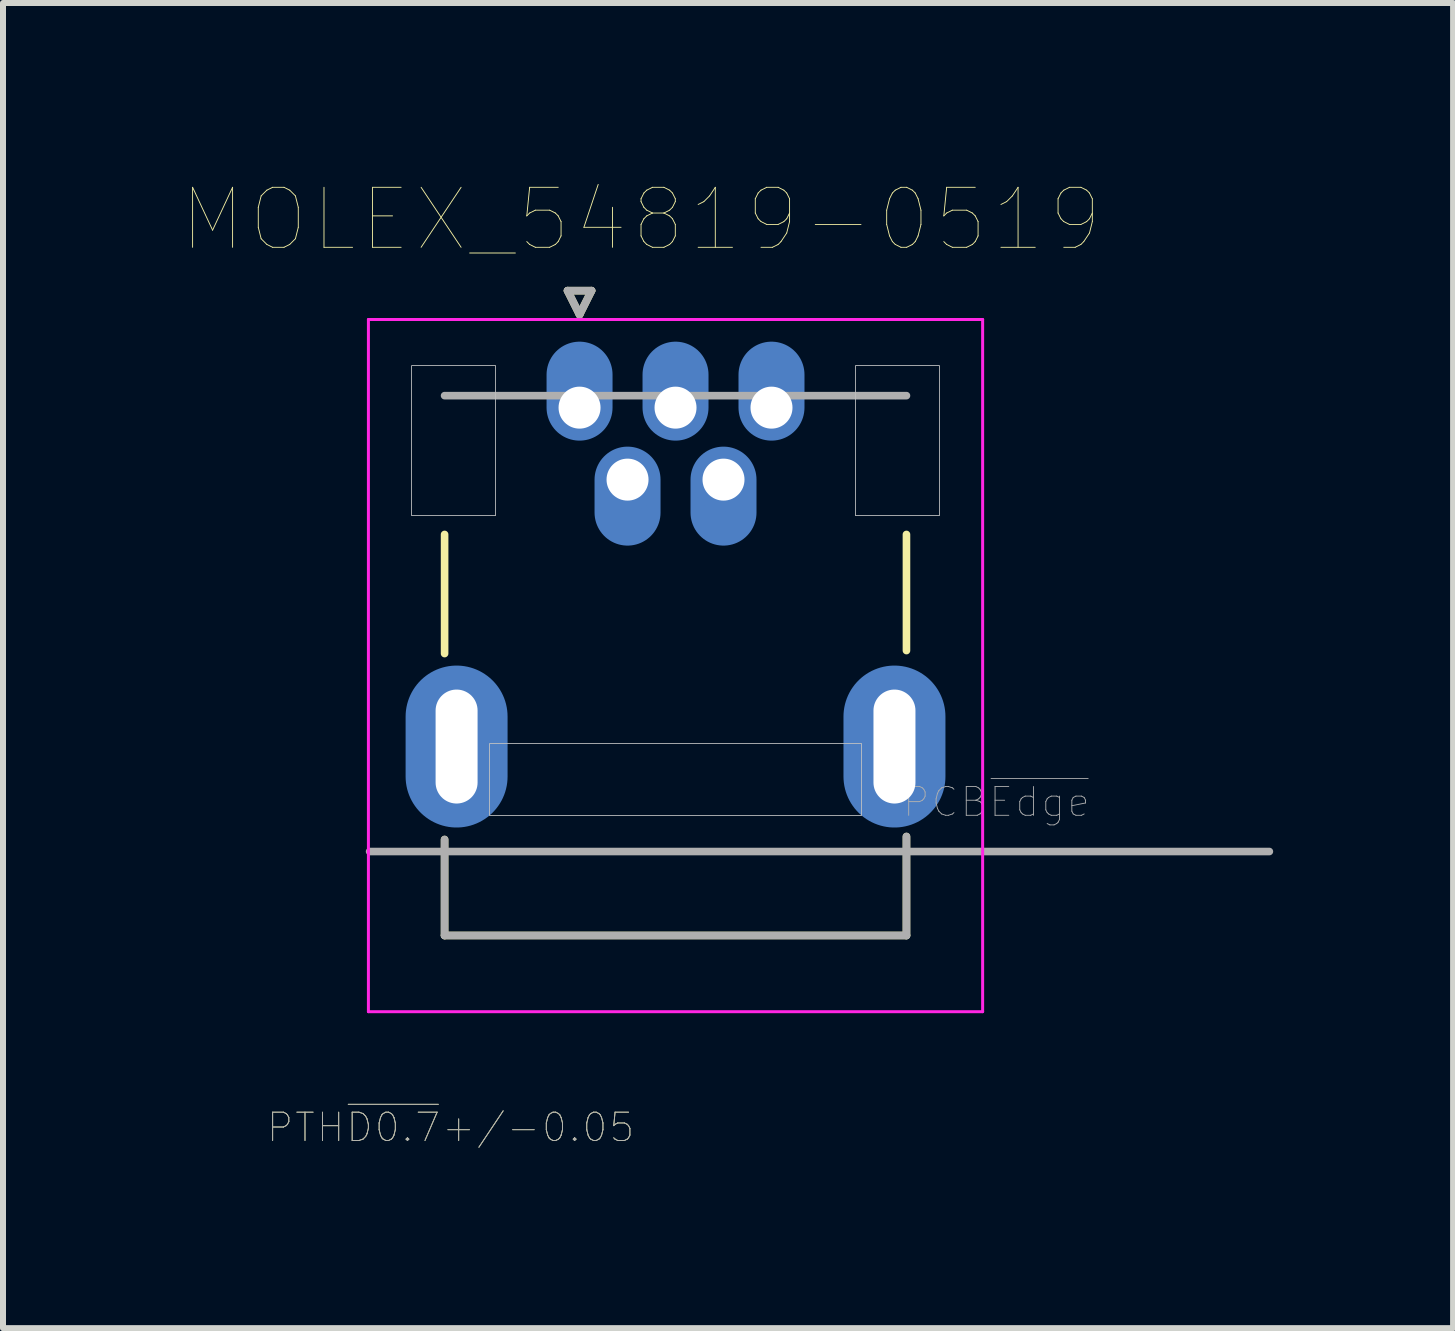
<source format=kicad_pcb>
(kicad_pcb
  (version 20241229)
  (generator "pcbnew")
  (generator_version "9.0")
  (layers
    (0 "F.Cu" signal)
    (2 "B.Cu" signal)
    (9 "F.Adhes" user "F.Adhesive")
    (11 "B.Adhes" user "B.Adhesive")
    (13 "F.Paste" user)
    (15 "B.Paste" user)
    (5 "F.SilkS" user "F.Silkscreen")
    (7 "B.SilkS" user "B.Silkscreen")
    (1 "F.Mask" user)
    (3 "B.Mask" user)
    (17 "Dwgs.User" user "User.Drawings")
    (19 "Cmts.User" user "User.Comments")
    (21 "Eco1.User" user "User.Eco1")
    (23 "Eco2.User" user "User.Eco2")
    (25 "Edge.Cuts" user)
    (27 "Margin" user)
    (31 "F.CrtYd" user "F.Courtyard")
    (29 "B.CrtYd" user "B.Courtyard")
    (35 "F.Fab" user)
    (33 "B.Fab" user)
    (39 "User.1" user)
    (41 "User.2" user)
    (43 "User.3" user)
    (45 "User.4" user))
  (footprint "MOLEX_54819-0519"
    (layer "F.Cu")
    (at 6.612 3.746)
    (property "Reference" "MOLEX_54819-0519" (at 1.025 -3.135 0) (layer "F.SilkS") (effects (font (size 1 1) (thickness 0.015))))
    (attr through_hole)
    (fp_circle (center 0 0) (end 0.301 0) (stroke (width 0.601) (type solid)) (fill no) (layer "F.Mask"))
    (fp_circle (center 0.8 1.2) (end 1.101 1.2) (stroke (width 0.601) (type solid)) (fill no) (layer "F.Mask"))
    (fp_circle (center 1.6 0) (end 1.901 0) (stroke (width 0.601) (type solid)) (fill no) (layer "F.Mask"))
    (fp_circle (center 2.4 1.2) (end 2.701 1.2) (stroke (width 0.601) (type solid)) (fill no) (layer "F.Mask"))
    (fp_circle (center 3.2 0) (end 3.501 0) (stroke (width 0.601) (type solid)) (fill no) (layer "F.Mask"))
    (fp_poly (pts (xy -1.411 5.011) (xy -1.411 6.289) (xy -1.424 6.355) (xy -1.441 6.414) (xy -1.463 6.471) (xy -1.491 6.525) (xy -1.524 6.577) (xy -1.562 6.626) (xy -1.605 6.67) (xy -1.651 6.71) (xy -1.701 6.746) (xy -1.754 6.777) (xy -1.81 6.802) (xy -1.868 6.823) (xy -1.928 6.837) (xy -1.989 6.846) (xy -2.05 6.849) (xy -2.111 6.846) (xy -2.172 6.837) (xy -2.232 6.823) (xy -2.29 6.802) (xy -2.346 6.777) (xy -2.399 6.746) (xy -2.449 6.71) (xy -2.495 6.67) (xy -2.538 6.626) (xy -2.576 6.577) (xy -2.609 6.525) (xy -2.637 6.471) (xy -2.659 6.414) (xy -2.676 6.355) (xy -2.689 6.289) (xy -2.689 5.011) (xy -2.676 4.945) (xy -2.659 4.886) (xy -2.637 4.829) (xy -2.609 4.775) (xy -2.576 4.723) (xy -2.538 4.674) (xy -2.495 4.63) (xy -2.449 4.59) (xy -2.399 4.554) (xy -2.346 4.523) (xy -2.29 4.498) (xy -2.232 4.477) (xy -2.172 4.463) (xy -2.111 4.454) (xy -2.05 4.451) (xy -1.989 4.454) (xy -1.928 4.463) (xy -1.868 4.477) (xy -1.81 4.498) (xy -1.754 4.523) (xy -1.701 4.554) (xy -1.651 4.59) (xy -1.605 4.63) (xy -1.562 4.674) (xy -1.524 4.723) (xy -1.491 4.775) (xy -1.463 4.829) (xy -1.441 4.886) (xy -1.424 4.945) (xy -1.411 5.011)) (stroke (width 0.01) (type solid)) (fill yes) (layer "F.Mask"))
    (fp_poly (pts (xy 5.889 5.011) (xy 5.889 6.289) (xy 5.876 6.355) (xy 5.859 6.414) (xy 5.837 6.471) (xy 5.809 6.525) (xy 5.776 6.577) (xy 5.738 6.626) (xy 5.695 6.67) (xy 5.649 6.71) (xy 5.599 6.746) (xy 5.546 6.777) (xy 5.49 6.802) (xy 5.432 6.823) (xy 5.372 6.837) (xy 5.311 6.846) (xy 5.25 6.849) (xy 5.189 6.846) (xy 5.128 6.837) (xy 5.068 6.823) (xy 5.01 6.802) (xy 4.954 6.777) (xy 4.901 6.746) (xy 4.851 6.71) (xy 4.805 6.67) (xy 4.762 6.626) (xy 4.724 6.577) (xy 4.691 6.525) (xy 4.663 6.471) (xy 4.641 6.414) (xy 4.624 6.355) (xy 4.611 6.289) (xy 4.611 5.011) (xy 4.624 4.945) (xy 4.641 4.886) (xy 4.663 4.829) (xy 4.691 4.775) (xy 4.724 4.723) (xy 4.762 4.674) (xy 4.805 4.63) (xy 4.851 4.59) (xy 4.901 4.554) (xy 4.954 4.523) (xy 5.01 4.498) (xy 5.068 4.477) (xy 5.128 4.463) (xy 5.189 4.454) (xy 5.25 4.451) (xy 5.311 4.454) (xy 5.372 4.463) (xy 5.432 4.477) (xy 5.49 4.498) (xy 5.546 4.523) (xy 5.599 4.554) (xy 5.649 4.59) (xy 5.695 4.63) (xy 5.738 4.674) (xy 5.776 4.723) (xy 5.809 4.775) (xy 5.837 4.829) (xy 5.859 4.886) (xy 5.876 4.945) (xy 5.889 5.011)) (stroke (width 0.01) (type solid)) (fill yes) (layer "F.Mask"))
    (fp_poly (pts (xy -1.124 5.15) (xy -1.124 6.15) (xy -1.129 6.053) (xy -1.144 5.957) (xy -1.169 5.864) (xy -1.204 5.773) (xy -1.248 5.687) (xy -1.301 5.606) (xy -1.362 5.53) (xy -1.43 5.462) (xy -1.506 5.401) (xy -1.587 5.348) (xy -1.673 5.304) (xy -1.764 5.269) (xy -1.857 5.244) (xy -1.953 5.229) (xy -2.05 5.224) (xy -2.147 5.229) (xy -2.243 5.244) (xy -2.336 5.269) (xy -2.427 5.304) (xy -2.513 5.348) (xy -2.594 5.401) (xy -2.67 5.462) (xy -2.738 5.53) (xy -2.799 5.606) (xy -2.852 5.687) (xy -2.896 5.773) (xy -2.931 5.864) (xy -2.956 5.957) (xy -2.971 6.053) (xy -2.976 6.15) (xy -2.976 5.15) (xy -2.971 5.053) (xy -2.956 4.957) (xy -2.931 4.864) (xy -2.896 4.773) (xy -2.852 4.687) (xy -2.799 4.606) (xy -2.738 4.53) (xy -2.67 4.462) (xy -2.594 4.401) (xy -2.513 4.348) (xy -2.427 4.304) (xy -2.336 4.269) (xy -2.243 4.244) (xy -2.147 4.229) (xy -2.05 4.224) (xy -1.953 4.229) (xy -1.857 4.244) (xy -1.764 4.269) (xy -1.673 4.304) (xy -1.587 4.348) (xy -1.506 4.401) (xy -1.43 4.462) (xy -1.362 4.53) (xy -1.301 4.606) (xy -1.248 4.687) (xy -1.204 4.773) (xy -1.169 4.864) (xy -1.144 4.957) (xy -1.129 5.053) (xy -1.124 5.15)) (stroke (width 0.01) (type solid)) (fill yes) (layer "B.Mask"))
    (fp_poly (pts (xy 0.626 -0.55) (xy 0.626 0) (xy 0.623 -0.065) (xy 0.613 -0.13) (xy 0.596 -0.194) (xy 0.572 -0.255) (xy 0.542 -0.313) (xy 0.507 -0.368) (xy 0.465 -0.419) (xy 0.419 -0.465) (xy 0.368 -0.507) (xy 0.313 -0.542) (xy 0.255 -0.572) (xy 0.194 -0.596) (xy 0.13 -0.613) (xy 0.065 -0.623) (xy 0 -0.626) (xy -0.065 -0.623) (xy -0.13 -0.613) (xy -0.194 -0.596) (xy -0.255 -0.572) (xy -0.313 -0.542) (xy -0.368 -0.507) (xy -0.419 -0.465) (xy -0.465 -0.419) (xy -0.507 -0.368) (xy -0.542 -0.313) (xy -0.572 -0.255) (xy -0.596 -0.194) (xy -0.613 -0.13) (xy -0.623 -0.065) (xy -0.626 0) (xy -0.626 -0.55) (xy -0.623 -0.615) (xy -0.613 -0.68) (xy -0.596 -0.744) (xy -0.572 -0.805) (xy -0.542 -0.863) (xy -0.507 -0.918) (xy -0.465 -0.969) (xy -0.419 -1.015) (xy -0.368 -1.057) (xy -0.313 -1.092) (xy -0.255 -1.122) (xy -0.194 -1.146) (xy -0.13 -1.163) (xy -0.065 -1.173) (xy 0 -1.176) (xy 0.065 -1.173) (xy 0.13 -1.163) (xy 0.194 -1.146) (xy 0.255 -1.122) (xy 0.313 -1.092) (xy 0.368 -1.057) (xy 0.419 -1.015) (xy 0.465 -0.969) (xy 0.507 -0.918) (xy 0.542 -0.863) (xy 0.572 -0.805) (xy 0.596 -0.744) (xy 0.613 -0.68) (xy 0.623 -0.615) (xy 0.626 -0.55)) (stroke (width 0.01) (type solid)) (fill yes) (layer "B.Mask"))
    (fp_poly (pts (xy 1.426 1.2) (xy 1.426 1.75) (xy 1.423 1.685) (xy 1.413 1.62) (xy 1.396 1.556) (xy 1.372 1.495) (xy 1.342 1.437) (xy 1.307 1.382) (xy 1.265 1.331) (xy 1.219 1.285) (xy 1.168 1.243) (xy 1.113 1.208) (xy 1.055 1.178) (xy 0.994 1.154) (xy 0.93 1.137) (xy 0.865 1.127) (xy 0.8 1.124) (xy 0.735 1.127) (xy 0.67 1.137) (xy 0.606 1.154) (xy 0.545 1.178) (xy 0.487 1.208) (xy 0.432 1.243) (xy 0.381 1.285) (xy 0.335 1.331) (xy 0.293 1.382) (xy 0.258 1.437) (xy 0.228 1.495) (xy 0.204 1.556) (xy 0.187 1.62) (xy 0.177 1.685) (xy 0.174 1.75) (xy 0.174 1.2) (xy 0.177 1.135) (xy 0.187 1.07) (xy 0.204 1.006) (xy 0.228 0.945) (xy 0.258 0.887) (xy 0.293 0.832) (xy 0.335 0.781) (xy 0.381 0.735) (xy 0.432 0.693) (xy 0.487 0.658) (xy 0.545 0.628) (xy 0.606 0.604) (xy 0.67 0.587) (xy 0.735 0.577) (xy 0.8 0.574) (xy 0.865 0.577) (xy 0.93 0.587) (xy 0.994 0.604) (xy 1.055 0.628) (xy 1.113 0.658) (xy 1.168 0.693) (xy 1.219 0.735) (xy 1.265 0.781) (xy 1.307 0.832) (xy 1.342 0.887) (xy 1.372 0.945) (xy 1.396 1.006) (xy 1.413 1.07) (xy 1.423 1.135) (xy 1.426 1.2)) (stroke (width 0.01) (type solid)) (fill yes) (layer "B.Mask"))
    (fp_poly (pts (xy 2.226 -0.55) (xy 2.226 0) (xy 2.223 -0.065) (xy 2.213 -0.13) (xy 2.196 -0.194) (xy 2.172 -0.255) (xy 2.142 -0.313) (xy 2.107 -0.368) (xy 2.065 -0.419) (xy 2.019 -0.465) (xy 1.968 -0.507) (xy 1.913 -0.542) (xy 1.855 -0.572) (xy 1.794 -0.596) (xy 1.73 -0.613) (xy 1.665 -0.623) (xy 1.6 -0.626) (xy 1.535 -0.623) (xy 1.47 -0.613) (xy 1.406 -0.596) (xy 1.345 -0.572) (xy 1.287 -0.542) (xy 1.232 -0.507) (xy 1.181 -0.465) (xy 1.135 -0.419) (xy 1.093 -0.368) (xy 1.058 -0.313) (xy 1.028 -0.255) (xy 1.004 -0.194) (xy 0.987 -0.13) (xy 0.977 -0.065) (xy 0.974 0) (xy 0.974 -0.55) (xy 0.977 -0.615) (xy 0.987 -0.68) (xy 1.004 -0.744) (xy 1.028 -0.805) (xy 1.058 -0.863) (xy 1.093 -0.918) (xy 1.135 -0.969) (xy 1.181 -1.015) (xy 1.232 -1.057) (xy 1.287 -1.092) (xy 1.345 -1.122) (xy 1.406 -1.146) (xy 1.47 -1.163) (xy 1.535 -1.173) (xy 1.6 -1.176) (xy 1.665 -1.173) (xy 1.73 -1.163) (xy 1.794 -1.146) (xy 1.855 -1.122) (xy 1.913 -1.092) (xy 1.968 -1.057) (xy 2.019 -1.015) (xy 2.065 -0.969) (xy 2.107 -0.918) (xy 2.142 -0.863) (xy 2.172 -0.805) (xy 2.196 -0.744) (xy 2.213 -0.68) (xy 2.223 -0.615) (xy 2.226 -0.55)) (stroke (width 0.01) (type solid)) (fill yes) (layer "B.Mask"))
    (fp_poly (pts (xy 3.026 1.2) (xy 3.026 1.75) (xy 3.023 1.685) (xy 3.013 1.62) (xy 2.996 1.556) (xy 2.972 1.495) (xy 2.942 1.437) (xy 2.907 1.382) (xy 2.865 1.331) (xy 2.819 1.285) (xy 2.768 1.243) (xy 2.713 1.208) (xy 2.655 1.178) (xy 2.594 1.154) (xy 2.53 1.137) (xy 2.465 1.127) (xy 2.4 1.124) (xy 2.335 1.127) (xy 2.27 1.137) (xy 2.206 1.154) (xy 2.145 1.178) (xy 2.087 1.208) (xy 2.032 1.243) (xy 1.981 1.285) (xy 1.935 1.331) (xy 1.893 1.382) (xy 1.858 1.437) (xy 1.828 1.495) (xy 1.804 1.556) (xy 1.787 1.62) (xy 1.777 1.685) (xy 1.774 1.75) (xy 1.774 1.2) (xy 1.777 1.135) (xy 1.787 1.07) (xy 1.804 1.006) (xy 1.828 0.945) (xy 1.858 0.887) (xy 1.893 0.832) (xy 1.935 0.781) (xy 1.981 0.735) (xy 2.032 0.693) (xy 2.087 0.658) (xy 2.145 0.628) (xy 2.206 0.604) (xy 2.27 0.587) (xy 2.335 0.577) (xy 2.4 0.574) (xy 2.465 0.577) (xy 2.53 0.587) (xy 2.594 0.604) (xy 2.655 0.628) (xy 2.713 0.658) (xy 2.768 0.693) (xy 2.819 0.735) (xy 2.865 0.781) (xy 2.907 0.832) (xy 2.942 0.887) (xy 2.972 0.945) (xy 2.996 1.006) (xy 3.013 1.07) (xy 3.023 1.135) (xy 3.026 1.2)) (stroke (width 0.01) (type solid)) (fill yes) (layer "B.Mask"))
    (fp_poly (pts (xy 3.826 -0.55) (xy 3.826 0) (xy 3.823 -0.065) (xy 3.813 -0.13) (xy 3.796 -0.194) (xy 3.772 -0.255) (xy 3.742 -0.313) (xy 3.707 -0.368) (xy 3.665 -0.419) (xy 3.619 -0.465) (xy 3.568 -0.507) (xy 3.513 -0.542) (xy 3.455 -0.572) (xy 3.394 -0.596) (xy 3.33 -0.613) (xy 3.265 -0.623) (xy 3.2 -0.626) (xy 3.135 -0.623) (xy 3.07 -0.613) (xy 3.006 -0.596) (xy 2.945 -0.572) (xy 2.887 -0.542) (xy 2.832 -0.507) (xy 2.781 -0.465) (xy 2.735 -0.419) (xy 2.693 -0.368) (xy 2.658 -0.313) (xy 2.628 -0.255) (xy 2.604 -0.194) (xy 2.587 -0.13) (xy 2.577 -0.065) (xy 2.574 0) (xy 2.574 -0.55) (xy 2.577 -0.615) (xy 2.587 -0.68) (xy 2.604 -0.744) (xy 2.628 -0.805) (xy 2.658 -0.863) (xy 2.693 -0.918) (xy 2.735 -0.969) (xy 2.781 -1.015) (xy 2.832 -1.057) (xy 2.887 -1.092) (xy 2.945 -1.122) (xy 3.006 -1.146) (xy 3.07 -1.163) (xy 3.135 -1.173) (xy 3.2 -1.176) (xy 3.265 -1.173) (xy 3.33 -1.163) (xy 3.394 -1.146) (xy 3.455 -1.122) (xy 3.513 -1.092) (xy 3.568 -1.057) (xy 3.619 -1.015) (xy 3.665 -0.969) (xy 3.707 -0.918) (xy 3.742 -0.863) (xy 3.772 -0.805) (xy 3.796 -0.744) (xy 3.813 -0.68) (xy 3.823 -0.615) (xy 3.826 -0.55)) (stroke (width 0.01) (type solid)) (fill yes) (layer "B.Mask"))
    (fp_poly (pts (xy 6.176 5.15) (xy 6.176 6.15) (xy 6.171 6.053) (xy 6.156 5.957) (xy 6.131 5.864) (xy 6.096 5.773) (xy 6.052 5.687) (xy 5.999 5.606) (xy 5.938 5.53) (xy 5.87 5.462) (xy 5.794 5.401) (xy 5.713 5.348) (xy 5.627 5.304) (xy 5.536 5.269) (xy 5.443 5.244) (xy 5.347 5.229) (xy 5.25 5.224) (xy 5.153 5.229) (xy 5.057 5.244) (xy 4.964 5.269) (xy 4.873 5.304) (xy 4.787 5.348) (xy 4.706 5.401) (xy 4.63 5.462) (xy 4.562 5.53) (xy 4.501 5.606) (xy 4.448 5.687) (xy 4.404 5.773) (xy 4.369 5.864) (xy 4.344 5.957) (xy 4.329 6.053) (xy 4.324 6.15) (xy 4.324 5.15) (xy 4.329 5.053) (xy 4.344 4.957) (xy 4.369 4.864) (xy 4.404 4.773) (xy 4.448 4.687) (xy 4.501 4.606) (xy 4.562 4.53) (xy 4.63 4.462) (xy 4.706 4.401) (xy 4.787 4.348) (xy 4.873 4.304) (xy 4.964 4.269) (xy 5.057 4.244) (xy 5.153 4.229) (xy 5.25 4.224) (xy 5.347 4.229) (xy 5.443 4.244) (xy 5.536 4.269) (xy 5.627 4.304) (xy 5.713 4.348) (xy 5.794 4.401) (xy 5.87 4.462) (xy 5.938 4.53) (xy 5.999 4.606) (xy 6.052 4.687) (xy 6.096 4.773) (xy 6.131 4.864) (xy 6.156 4.957) (xy 6.171 5.053) (xy 6.176 5.15)) (stroke (width 0.01) (type solid)) (fill yes) (layer "B.Mask"))
    (fp_line (start -2.25 4.1) (end -2.25 2.114) (stroke (width 0.127) (type solid)) (layer "F.SilkS"))
    (fp_line (start -2.25 8.8) (end -2.25 7.2) (stroke (width 0.127) (type solid)) (layer "F.SilkS"))
    (fp_line (start -0.2 -1.95) (end 0 -1.55) (stroke (width 0.127) (type solid)) (layer "F.SilkS"))
    (fp_line (start 0.2 -1.95) (end -0.2 -1.95) (stroke (width 0.127) (type solid)) (layer "F.SilkS"))
    (fp_line (start 0.2 -1.95) (end 0 -1.55) (stroke (width 0.127) (type solid)) (layer "F.SilkS"))
    (fp_line (start 5.45 2.114) (end 5.45 4.05) (stroke (width 0.127) (type solid)) (layer "F.SilkS"))
    (fp_line (start 5.45 7.15) (end 5.45 8.8) (stroke (width 0.127) (type solid)) (layer "F.SilkS"))
    (fp_line (start 5.45 8.8) (end -2.25 8.8) (stroke (width 0.127) (type solid)) (layer "F.SilkS"))
    (fp_poly (pts (xy -2.8 -0.7) (xy -1.4 -0.7) (xy -1.4 1.8) (xy -2.8 1.8)) (stroke (width 0.01) (type solid)) (fill no) (layer "Dwgs.User"))
    (fp_poly (pts (xy -2.8 -0.7) (xy -1.4 -0.7) (xy -1.4 1.8) (xy -2.8 1.8)) (stroke (width 0.01) (type solid)) (fill no) (layer "Dwgs.User"))
    (fp_poly (pts (xy -1.5 5.6) (xy 4.7 5.6) (xy 4.7 6.8) (xy -1.5 6.8)) (stroke (width 0.01) (type solid)) (fill no) (layer "Dwgs.User"))
    (fp_poly (pts (xy -1.5 5.6) (xy 4.7 5.6) (xy 4.7 6.8) (xy -1.5 6.8)) (stroke (width 0.01) (type solid)) (fill no) (layer "Dwgs.User"))
    (fp_poly (pts (xy 4.6 -0.7) (xy 6 -0.7) (xy 6 1.8) (xy 4.6 1.8)) (stroke (width 0.01) (type solid)) (fill no) (layer "Dwgs.User"))
    (fp_poly (pts (xy 4.6 -0.7) (xy 6 -0.7) (xy 6 1.8) (xy 4.6 1.8)) (stroke (width 0.01) (type solid)) (fill no) (layer "Dwgs.User"))
    (fp_line (start -3.52 -1.47) (end 6.72 -1.47) (stroke (width 0.05) (type solid)) (layer "F.CrtYd"))
    (fp_line (start -3.52 10.07) (end -3.52 -1.47) (stroke (width 0.05) (type solid)) (layer "F.CrtYd"))
    (fp_line (start 6.72 -1.47) (end 6.72 10.07) (stroke (width 0.05) (type solid)) (layer "F.CrtYd"))
    (fp_line (start 6.72 10.07) (end -3.52 10.07) (stroke (width 0.05) (type solid)) (layer "F.CrtYd"))
    (fp_line (start -3.5 7.4) (end -2.25 7.4) (stroke (width 0.127) (type solid)) (layer "F.Fab"))
    (fp_line (start -2.25 -0.2) (end 5.45 -0.2) (stroke (width 0.127) (type solid)) (layer "F.Fab"))
    (fp_line (start -2.25 8.8) (end -2.25 7.2) (stroke (width 0.127) (type solid)) (layer "F.Fab"))
    (fp_line (start -0.2 -1.95) (end 0 -1.55) (stroke (width 0.127) (type solid)) (layer "F.Fab"))
    (fp_line (start 0.2 -1.95) (end -0.2 -1.95) (stroke (width 0.127) (type solid)) (layer "F.Fab"))
    (fp_line (start 0.2 -1.95) (end 0 -1.55) (stroke (width 0.127) (type solid)) (layer "F.Fab"))
    (fp_line (start 5.45 7.15) (end 5.45 8.8) (stroke (width 0.127) (type solid)) (layer "F.Fab"))
    (fp_line (start 5.45 7.4) (end -2.25 7.4) (stroke (width 0.127) (type solid)) (layer "F.Fab"))
    (fp_line (start 5.45 7.4) (end 11.5 7.4) (stroke (width 0.127) (type solid)) (layer "F.Fab"))
    (fp_line (start 5.45 8.8) (end -2.25 8.8) (stroke (width 0.127) (type solid)) (layer "F.Fab"))
    (fp_text user "PTH~{D0.7}+/-0.05" (at -2.15 12 0) (layer "F.SilkS") (effects (font (size 0.472 0.472) (thickness 0.015))))
    (fp_text user "PTH~{D0.7}+/-0.05" (at -2.15 12 0) (layer "F.Fab") (effects (font (size 0.472 0.472) (thickness 0.015))))
    (fp_text user "PCB~{Edge}" (at 6.95 6.575 0) (layer "F.Fab") (effects (font (size 0.48 0.48) (thickness 0.015))))
    (pad "1" smd oval (at 0 -0.275) (size 1.1 1.65) (layers "B.Cu"))
    (pad "2" smd oval (at 0.8 1.475) (size 1.1 1.65) (layers "B.Cu"))
    (pad "3" smd oval (at 1.6 -0.275) (size 1.1 1.65) (layers "B.Cu"))
    (pad "4" smd oval (at 2.4 1.475) (size 1.1 1.65) (layers "B.Cu"))
    (pad "5" smd oval (at 3.2 -0.275) (size 1.1 1.65) (layers "B.Cu"))
    (pad "6" thru_hole circle (at 0 0) (size 1.05 1.05) (drill 0.7) (layers "*.Cu"))
    (pad "7" thru_hole circle (at 0.8 1.2) (size 1.05 1.05) (drill 0.7) (layers "*.Cu"))
    (pad "8" thru_hole circle (at 1.6 0) (size 1.05 1.05) (drill 0.7) (layers "*.Cu"))
    (pad "9" thru_hole circle (at 2.4 1.2) (size 1.05 1.05) (drill 0.7) (layers "*.Cu"))
    (pad "10" thru_hole circle (at 3.2 0) (size 1.05 1.05) (drill 0.7) (layers "*.Cu"))
    (pad "11" thru_hole oval (at -2.05 5.65) (size 1.123 2.245) (drill oval 0.7 1.9) (layers "*.Cu"))
    (pad "12" thru_hole oval (at 5.25 5.65) (size 1.123 2.245) (drill oval 0.7 1.9) (layers "*.Cu"))
    (pad "S1" smd oval (at -2.05 5.65) (size 1.7 2.7) (layers "B.Cu"))
    (pad "S2" smd oval (at 5.25 5.65) (size 1.7 2.7) (layers "B.Cu")))
  (gr_rect
    (start -3 -3)
    (end 21.175 19.092)
    (stroke (width 0.1) (type default))
    (fill no)
    (layer "Edge.Cuts")))
</source>
